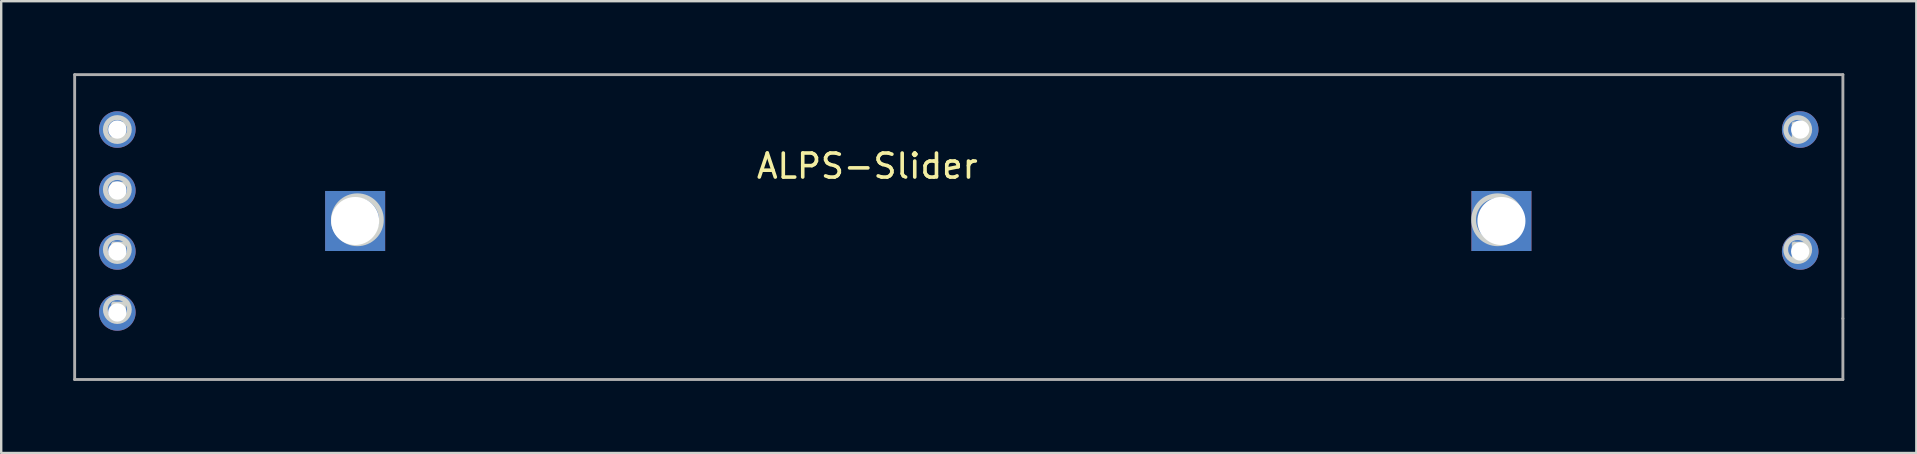
<source format=kicad_pcb>
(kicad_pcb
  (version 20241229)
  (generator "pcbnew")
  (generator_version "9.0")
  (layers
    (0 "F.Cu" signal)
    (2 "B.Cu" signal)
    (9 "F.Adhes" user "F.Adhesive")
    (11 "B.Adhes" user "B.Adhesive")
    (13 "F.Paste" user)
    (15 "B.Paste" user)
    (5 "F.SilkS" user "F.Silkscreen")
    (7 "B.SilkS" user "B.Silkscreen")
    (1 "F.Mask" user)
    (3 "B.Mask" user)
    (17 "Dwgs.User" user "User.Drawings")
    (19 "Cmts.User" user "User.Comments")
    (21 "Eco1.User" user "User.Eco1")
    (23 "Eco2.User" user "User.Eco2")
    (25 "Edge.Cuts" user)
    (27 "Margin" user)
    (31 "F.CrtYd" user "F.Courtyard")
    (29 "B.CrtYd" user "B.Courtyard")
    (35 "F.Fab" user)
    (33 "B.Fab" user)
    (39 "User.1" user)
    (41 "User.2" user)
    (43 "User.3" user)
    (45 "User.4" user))
  (footprint "ALPS-Slider"
    (layer "F.Cu")
    (at 59.496 6.156)
    (property "Reference" "ALPS-Slider" (at -26.416 -2.286 0) (layer "F.SilkS") (effects (font (size 1 1) (thickness 0.15))))
    (attr through_hole)
    (fp_line (start -57.804 -4.036) (end -57.404 -4.036) (stroke (width 0.2) (type solid)) (layer "Edge.Cuts"))
    (fp_line (start -57.804 -3.436) (end -57.804 -4.036) (stroke (width 0.2) (type solid)) (layer "Edge.Cuts"))
    (fp_line (start -57.804 -1.536) (end -57.404 -1.536) (stroke (width 0.2) (type solid)) (layer "Edge.Cuts"))
    (fp_line (start -57.804 -0.936) (end -57.804 -1.536) (stroke (width 0.2) (type solid)) (layer "Edge.Cuts"))
    (fp_line (start -57.804 0.964) (end -57.404 0.964) (stroke (width 0.2) (type solid)) (layer "Edge.Cuts"))
    (fp_line (start -57.804 1.564) (end -57.804 0.964) (stroke (width 0.2) (type solid)) (layer "Edge.Cuts"))
    (fp_line (start -57.804 3.464) (end -57.404 3.464) (stroke (width 0.2) (type solid)) (layer "Edge.Cuts"))
    (fp_line (start -57.804 4.064) (end -57.804 3.464) (stroke (width 0.2) (type solid)) (layer "Edge.Cuts"))
    (fp_line (start -57.404 -4.036) (end -57.404 -3.436) (stroke (width 0.2) (type solid)) (layer "Edge.Cuts"))
    (fp_line (start -57.404 -3.436) (end -57.804 -3.436) (stroke (width 0.2) (type solid)) (layer "Edge.Cuts"))
    (fp_line (start -57.404 -1.536) (end -57.404 -0.936) (stroke (width 0.2) (type solid)) (layer "Edge.Cuts"))
    (fp_line (start -57.404 -0.936) (end -57.804 -0.936) (stroke (width 0.2) (type solid)) (layer "Edge.Cuts"))
    (fp_line (start -57.404 0.964) (end -57.404 1.564) (stroke (width 0.2) (type solid)) (layer "Edge.Cuts"))
    (fp_line (start -57.404 1.564) (end -57.804 1.564) (stroke (width 0.2) (type solid)) (layer "Edge.Cuts"))
    (fp_line (start -57.404 3.464) (end -57.404 4.064) (stroke (width 0.2) (type solid)) (layer "Edge.Cuts"))
    (fp_line (start -57.404 4.064) (end -57.804 4.064) (stroke (width 0.2) (type solid)) (layer "Edge.Cuts"))
    (fp_line (start 12.196 -4.036) (end 12.596 -4.036) (stroke (width 0.2) (type solid)) (layer "Edge.Cuts"))
    (fp_line (start 12.196 -3.436) (end 12.196 -4.036) (stroke (width 0.2) (type solid)) (layer "Edge.Cuts"))
    (fp_line (start 12.196 0.964) (end 12.596 0.964) (stroke (width 0.2) (type solid)) (layer "Edge.Cuts"))
    (fp_line (start 12.196 1.564) (end 12.196 0.964) (stroke (width 0.2) (type solid)) (layer "Edge.Cuts"))
    (fp_line (start 12.596 -4.036) (end 12.596 -3.436) (stroke (width 0.2) (type solid)) (layer "Edge.Cuts"))
    (fp_line (start 12.596 -3.436) (end 12.196 -3.436) (stroke (width 0.2) (type solid)) (layer "Edge.Cuts"))
    (fp_line (start 12.596 0.964) (end 12.596 1.564) (stroke (width 0.2) (type solid)) (layer "Edge.Cuts"))
    (fp_line (start 12.596 1.564) (end 12.196 1.564) (stroke (width 0.2) (type solid)) (layer "Edge.Cuts"))
    (fp_circle (center -57.658 -3.81) (end -58.158 -3.81) (stroke (width 0.2) (type solid)) (fill no) (layer "Edge.Cuts"))
    (fp_circle (center -57.658 -1.31) (end -58.158 -1.31) (stroke (width 0.2) (type solid)) (fill no) (layer "Edge.Cuts"))
    (fp_circle (center -57.658 1.19) (end -58.158 1.19) (stroke (width 0.2) (type solid)) (fill no) (layer "Edge.Cuts"))
    (fp_circle (center -57.658 3.69) (end -58.158 3.69) (stroke (width 0.2) (type solid)) (fill no) (layer "Edge.Cuts"))
    (fp_circle (center -47.658 -0.051) (end -48.658 -0.051) (stroke (width 0.2) (type solid)) (fill no) (layer "Edge.Cuts"))
    (fp_circle (center -0.158 -0.051) (end -1.158 -0.051) (stroke (width 0.2) (type solid)) (fill no) (layer "Edge.Cuts"))
    (fp_circle (center 12.342 -3.81) (end 11.842 -3.81) (stroke (width 0.2) (type solid)) (fill no) (layer "Edge.Cuts"))
    (fp_circle (center 12.342 1.19) (end 11.842 1.19) (stroke (width 0.2) (type solid)) (fill no) (layer "Edge.Cuts"))
    (fp_line (start -59.436 -6.096) (end 14.224 -6.096) (stroke (width 0.12) (type solid)) (layer "F.Fab"))
    (fp_line (start -59.436 6.604) (end -59.436 -6.096) (stroke (width 0.12) (type solid)) (layer "F.Fab"))
    (fp_line (start -59.436 6.604) (end 14.224 6.604) (stroke (width 0.12) (type solid)) (layer "F.Fab"))
    (fp_line (start 14.224 -6.096) (end 14.224 4.064) (stroke (width 0.12) (type solid)) (layer "F.Fab"))
    (fp_line (start 14.224 6.604) (end 14.224 4.064) (stroke (width 0.12) (type solid)) (layer "F.Fab"))
    (pad "1" thru_hole circle (at -57.658 -3.81) (size 1.524 1.524) (drill 0.762) (layers "*.Cu" "*.Mask"))
    (pad "2" thru_hole circle (at -57.658 -1.27) (size 1.524 1.524) (drill 0.762) (layers "*.Cu" "*.Mask"))
    (pad "3" thru_hole circle (at -57.658 1.27) (size 1.524 1.524) (drill 0.762) (layers "*.Cu" "*.Mask"))
    (pad "4" thru_hole circle (at -57.658 3.81) (size 1.524 1.524) (drill 0.762) (layers "*.Cu" "*.Mask"))
    (pad "5" thru_hole circle (at 12.446 -3.81) (size 1.524 1.524) (drill 0.762) (layers "*.Cu" "*.Mask"))
    (pad "6" thru_hole circle (at 12.446 1.27) (size 1.524 1.524) (drill 0.762) (layers "*.Cu" "*.Mask"))
    (pad "Hole1" thru_hole rect (at -47.752 0) (size 2.5 2.5) (drill oval 2) (layers "*.Cu" "*.Mask"))
    (pad "Hole1" thru_hole rect (at 0 0) (size 2.5 2.5) (drill oval 2) (layers "*.Cu" "*.Mask")))
  (gr_rect
    (start -3 -3)
    (end 76.78 15.82)
    (stroke (width 0.1) (type default))
    (fill no)
    (layer "Edge.Cuts")))
</source>
